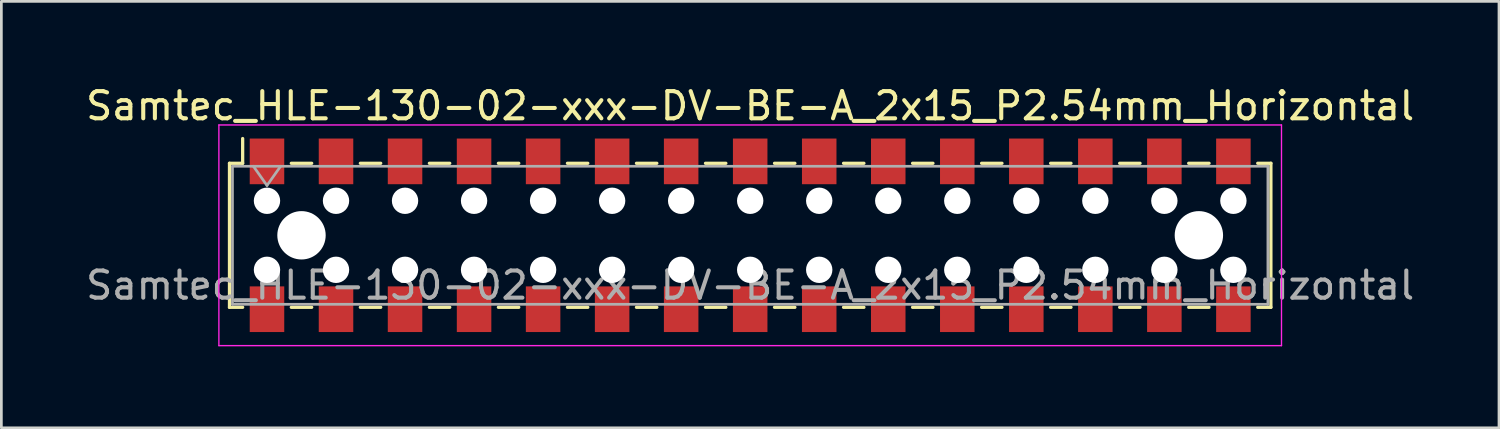
<source format=kicad_pcb>
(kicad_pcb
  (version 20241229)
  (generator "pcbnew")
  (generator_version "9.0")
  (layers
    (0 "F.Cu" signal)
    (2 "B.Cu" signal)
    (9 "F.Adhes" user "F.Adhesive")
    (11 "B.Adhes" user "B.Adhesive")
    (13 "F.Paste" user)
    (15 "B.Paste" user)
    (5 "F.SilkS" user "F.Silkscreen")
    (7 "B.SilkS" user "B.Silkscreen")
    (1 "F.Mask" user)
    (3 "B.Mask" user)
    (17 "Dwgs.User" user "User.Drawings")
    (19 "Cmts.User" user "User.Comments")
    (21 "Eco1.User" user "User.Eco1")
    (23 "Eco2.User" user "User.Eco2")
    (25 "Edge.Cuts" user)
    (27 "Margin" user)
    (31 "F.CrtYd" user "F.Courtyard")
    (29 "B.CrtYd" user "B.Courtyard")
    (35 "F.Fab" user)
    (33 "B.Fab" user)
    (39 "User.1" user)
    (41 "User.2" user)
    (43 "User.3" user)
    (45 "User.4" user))
  (footprint "Samtec_HLE-130-02-xxx-DV-BE-A_2x15_P2.54mm_Horizontal"
    (layer "F.Cu")
    (at 24.554 5.608)
    (property "Reference" "Samtec_HLE-130-02-xxx-DV-BE-A_2x15_P2.54mm_Horizontal" (at 0 -4.76 0) (layer "F.SilkS") (effects (font (size 1 1) (thickness 0.15))))
    (attr smd)
    (fp_line (start -19.16 -2.65) (end -19.16 2.65) (stroke (width 0.12) (type solid)) (layer "F.SilkS"))
    (fp_line (start -19.16 2.65) (end -18.675 2.65) (stroke (width 0.12) (type solid)) (layer "F.SilkS"))
    (fp_line (start -18.675 -3.56) (end -18.675 -2.65) (stroke (width 0.12) (type solid)) (layer "F.SilkS"))
    (fp_line (start -18.675 -2.65) (end -19.16 -2.65) (stroke (width 0.12) (type solid)) (layer "F.SilkS"))
    (fp_line (start -16.885 -2.65) (end -16.135 -2.65) (stroke (width 0.12) (type solid)) (layer "F.SilkS"))
    (fp_line (start -16.885 2.65) (end -16.135 2.65) (stroke (width 0.12) (type solid)) (layer "F.SilkS"))
    (fp_line (start -14.345 -2.65) (end -13.595 -2.65) (stroke (width 0.12) (type solid)) (layer "F.SilkS"))
    (fp_line (start -14.345 2.65) (end -13.595 2.65) (stroke (width 0.12) (type solid)) (layer "F.SilkS"))
    (fp_line (start -11.805 -2.65) (end -11.055 -2.65) (stroke (width 0.12) (type solid)) (layer "F.SilkS"))
    (fp_line (start -11.805 2.65) (end -11.055 2.65) (stroke (width 0.12) (type solid)) (layer "F.SilkS"))
    (fp_line (start -9.265 -2.65) (end -8.515 -2.65) (stroke (width 0.12) (type solid)) (layer "F.SilkS"))
    (fp_line (start -9.265 2.65) (end -8.515 2.65) (stroke (width 0.12) (type solid)) (layer "F.SilkS"))
    (fp_line (start -6.725 -2.65) (end -5.975 -2.65) (stroke (width 0.12) (type solid)) (layer "F.SilkS"))
    (fp_line (start -6.725 2.65) (end -5.975 2.65) (stroke (width 0.12) (type solid)) (layer "F.SilkS"))
    (fp_line (start -4.185 -2.65) (end -3.435 -2.65) (stroke (width 0.12) (type solid)) (layer "F.SilkS"))
    (fp_line (start -4.185 2.65) (end -3.435 2.65) (stroke (width 0.12) (type solid)) (layer "F.SilkS"))
    (fp_line (start -1.645 -2.65) (end -0.895 -2.65) (stroke (width 0.12) (type solid)) (layer "F.SilkS"))
    (fp_line (start -1.645 2.65) (end -0.895 2.65) (stroke (width 0.12) (type solid)) (layer "F.SilkS"))
    (fp_line (start 0.895 -2.65) (end 1.645 -2.65) (stroke (width 0.12) (type solid)) (layer "F.SilkS"))
    (fp_line (start 0.895 2.65) (end 1.645 2.65) (stroke (width 0.12) (type solid)) (layer "F.SilkS"))
    (fp_line (start 3.435 -2.65) (end 4.185 -2.65) (stroke (width 0.12) (type solid)) (layer "F.SilkS"))
    (fp_line (start 3.435 2.65) (end 4.185 2.65) (stroke (width 0.12) (type solid)) (layer "F.SilkS"))
    (fp_line (start 5.975 -2.65) (end 6.725 -2.65) (stroke (width 0.12) (type solid)) (layer "F.SilkS"))
    (fp_line (start 5.975 2.65) (end 6.725 2.65) (stroke (width 0.12) (type solid)) (layer "F.SilkS"))
    (fp_line (start 8.515 -2.65) (end 9.265 -2.65) (stroke (width 0.12) (type solid)) (layer "F.SilkS"))
    (fp_line (start 8.515 2.65) (end 9.265 2.65) (stroke (width 0.12) (type solid)) (layer "F.SilkS"))
    (fp_line (start 11.055 -2.65) (end 11.805 -2.65) (stroke (width 0.12) (type solid)) (layer "F.SilkS"))
    (fp_line (start 11.055 2.65) (end 11.805 2.65) (stroke (width 0.12) (type solid)) (layer "F.SilkS"))
    (fp_line (start 13.595 -2.65) (end 14.345 -2.65) (stroke (width 0.12) (type solid)) (layer "F.SilkS"))
    (fp_line (start 13.595 2.65) (end 14.345 2.65) (stroke (width 0.12) (type solid)) (layer "F.SilkS"))
    (fp_line (start 16.135 -2.65) (end 16.885 -2.65) (stroke (width 0.12) (type solid)) (layer "F.SilkS"))
    (fp_line (start 16.135 2.65) (end 16.885 2.65) (stroke (width 0.12) (type solid)) (layer "F.SilkS"))
    (fp_line (start 18.675 -2.65) (end 19.16 -2.65) (stroke (width 0.12) (type solid)) (layer "F.SilkS"))
    (fp_line (start 19.16 -2.65) (end 19.16 2.65) (stroke (width 0.12) (type solid)) (layer "F.SilkS"))
    (fp_line (start 19.16 2.65) (end 18.675 2.65) (stroke (width 0.12) (type solid)) (layer "F.SilkS"))
    (fp_line (start -19.55 -4.06) (end 19.55 -4.06) (stroke (width 0.05) (type solid)) (layer "F.CrtYd"))
    (fp_line (start -19.55 4.06) (end -19.55 -4.06) (stroke (width 0.05) (type solid)) (layer "F.CrtYd"))
    (fp_line (start 19.55 -4.06) (end 19.55 4.06) (stroke (width 0.05) (type solid)) (layer "F.CrtYd"))
    (fp_line (start 19.55 4.06) (end -19.55 4.06) (stroke (width 0.05) (type solid)) (layer "F.CrtYd"))
    (fp_line (start -19.05 -2.54) (end 19.05 -2.54) (stroke (width 0.1) (type solid)) (layer "F.Fab"))
    (fp_line (start -19.05 2.54) (end -19.05 -2.54) (stroke (width 0.1) (type solid)) (layer "F.Fab"))
    (fp_line (start -18.28 -2.54) (end -17.78 -1.833) (stroke (width 0.1) (type solid)) (layer "F.Fab"))
    (fp_line (start -17.78 -1.833) (end -17.28 -2.54) (stroke (width 0.1) (type solid)) (layer "F.Fab"))
    (fp_line (start 19.05 -2.54) (end 19.05 2.54) (stroke (width 0.1) (type solid)) (layer "F.Fab"))
    (fp_line (start 19.05 2.54) (end -19.05 2.54) (stroke (width 0.1) (type solid)) (layer "F.Fab"))
    (fp_text user "${REFERENCE}" (at 0 1.84 0) (layer "F.Fab") (effects (font (size 1 1) (thickness 0.15))))
    (pad "" np_thru_hole circle (at -17.78 -1.27) (size 0.97 0.97) (drill 0.97) (layers "*.Cu" "*.Mask"))
    (pad "" np_thru_hole circle (at -17.78 1.27) (size 0.97 0.97) (drill 0.97) (layers "*.Cu" "*.Mask"))
    (pad "" np_thru_hole circle (at -16.51 0) (size 1.78 1.78) (drill 1.78) (layers "*.Cu" "*.Mask"))
    (pad "" np_thru_hole circle (at -15.24 -1.27) (size 0.97 0.97) (drill 0.97) (layers "*.Cu" "*.Mask"))
    (pad "" np_thru_hole circle (at -15.24 1.27) (size 0.97 0.97) (drill 0.97) (layers "*.Cu" "*.Mask"))
    (pad "" np_thru_hole circle (at -12.7 -1.27) (size 0.97 0.97) (drill 0.97) (layers "*.Cu" "*.Mask"))
    (pad "" np_thru_hole circle (at -12.7 1.27) (size 0.97 0.97) (drill 0.97) (layers "*.Cu" "*.Mask"))
    (pad "" np_thru_hole circle (at -10.16 -1.27) (size 0.97 0.97) (drill 0.97) (layers "*.Cu" "*.Mask"))
    (pad "" np_thru_hole circle (at -10.16 1.27) (size 0.97 0.97) (drill 0.97) (layers "*.Cu" "*.Mask"))
    (pad "" np_thru_hole circle (at -7.62 -1.27) (size 0.97 0.97) (drill 0.97) (layers "*.Cu" "*.Mask"))
    (pad "" np_thru_hole circle (at -7.62 1.27) (size 0.97 0.97) (drill 0.97) (layers "*.Cu" "*.Mask"))
    (pad "" np_thru_hole circle (at -5.08 -1.27) (size 0.97 0.97) (drill 0.97) (layers "*.Cu" "*.Mask"))
    (pad "" np_thru_hole circle (at -5.08 1.27) (size 0.97 0.97) (drill 0.97) (layers "*.Cu" "*.Mask"))
    (pad "" np_thru_hole circle (at -2.54 -1.27) (size 0.97 0.97) (drill 0.97) (layers "*.Cu" "*.Mask"))
    (pad "" np_thru_hole circle (at -2.54 1.27) (size 0.97 0.97) (drill 0.97) (layers "*.Cu" "*.Mask"))
    (pad "" np_thru_hole circle (at 0 -1.27) (size 0.97 0.97) (drill 0.97) (layers "*.Cu" "*.Mask"))
    (pad "" np_thru_hole circle (at 0 1.27) (size 0.97 0.97) (drill 0.97) (layers "*.Cu" "*.Mask"))
    (pad "" np_thru_hole circle (at 2.54 -1.27) (size 0.97 0.97) (drill 0.97) (layers "*.Cu" "*.Mask"))
    (pad "" np_thru_hole circle (at 2.54 1.27) (size 0.97 0.97) (drill 0.97) (layers "*.Cu" "*.Mask"))
    (pad "" np_thru_hole circle (at 5.08 -1.27) (size 0.97 0.97) (drill 0.97) (layers "*.Cu" "*.Mask"))
    (pad "" np_thru_hole circle (at 5.08 1.27) (size 0.97 0.97) (drill 0.97) (layers "*.Cu" "*.Mask"))
    (pad "" np_thru_hole circle (at 7.62 -1.27) (size 0.97 0.97) (drill 0.97) (layers "*.Cu" "*.Mask"))
    (pad "" np_thru_hole circle (at 7.62 1.27) (size 0.97 0.97) (drill 0.97) (layers "*.Cu" "*.Mask"))
    (pad "" np_thru_hole circle (at 10.16 -1.27) (size 0.97 0.97) (drill 0.97) (layers "*.Cu" "*.Mask"))
    (pad "" np_thru_hole circle (at 10.16 1.27) (size 0.97 0.97) (drill 0.97) (layers "*.Cu" "*.Mask"))
    (pad "" np_thru_hole circle (at 12.7 -1.27) (size 0.97 0.97) (drill 0.97) (layers "*.Cu" "*.Mask"))
    (pad "" np_thru_hole circle (at 12.7 1.27) (size 0.97 0.97) (drill 0.97) (layers "*.Cu" "*.Mask"))
    (pad "" np_thru_hole circle (at 15.24 -1.27) (size 0.97 0.97) (drill 0.97) (layers "*.Cu" "*.Mask"))
    (pad "" np_thru_hole circle (at 15.24 1.27) (size 0.97 0.97) (drill 0.97) (layers "*.Cu" "*.Mask"))
    (pad "" np_thru_hole circle (at 16.51 0) (size 1.78 1.78) (drill 1.78) (layers "*.Cu" "*.Mask"))
    (pad "" np_thru_hole circle (at 17.78 -1.27) (size 0.97 0.97) (drill 0.97) (layers "*.Cu" "*.Mask"))
    (pad "" np_thru_hole circle (at 17.78 1.27) (size 0.97 0.97) (drill 0.97) (layers "*.Cu" "*.Mask"))
    (pad "1" smd rect (at -17.78 -2.72) (size 1.27 1.68) (layers "F.Cu" "F.Mask" "F.Paste"))
    (pad "2" smd rect (at -17.78 2.72) (size 1.27 1.68) (layers "F.Cu" "F.Mask" "F.Paste"))
    (pad "3" smd rect (at -15.24 -2.72) (size 1.27 1.68) (layers "F.Cu" "F.Mask" "F.Paste"))
    (pad "4" smd rect (at -15.24 2.72) (size 1.27 1.68) (layers "F.Cu" "F.Mask" "F.Paste"))
    (pad "5" smd rect (at -12.7 -2.72) (size 1.27 1.68) (layers "F.Cu" "F.Mask" "F.Paste"))
    (pad "6" smd rect (at -12.7 2.72) (size 1.27 1.68) (layers "F.Cu" "F.Mask" "F.Paste"))
    (pad "7" smd rect (at -10.16 -2.72) (size 1.27 1.68) (layers "F.Cu" "F.Mask" "F.Paste"))
    (pad "8" smd rect (at -10.16 2.72) (size 1.27 1.68) (layers "F.Cu" "F.Mask" "F.Paste"))
    (pad "9" smd rect (at -7.62 -2.72) (size 1.27 1.68) (layers "F.Cu" "F.Mask" "F.Paste"))
    (pad "10" smd rect (at -7.62 2.72) (size 1.27 1.68) (layers "F.Cu" "F.Mask" "F.Paste"))
    (pad "11" smd rect (at -5.08 -2.72) (size 1.27 1.68) (layers "F.Cu" "F.Mask" "F.Paste"))
    (pad "12" smd rect (at -5.08 2.72) (size 1.27 1.68) (layers "F.Cu" "F.Mask" "F.Paste"))
    (pad "13" smd rect (at -2.54 -2.72) (size 1.27 1.68) (layers "F.Cu" "F.Mask" "F.Paste"))
    (pad "14" smd rect (at -2.54 2.72) (size 1.27 1.68) (layers "F.Cu" "F.Mask" "F.Paste"))
    (pad "15" smd rect (at 0 -2.72) (size 1.27 1.68) (layers "F.Cu" "F.Mask" "F.Paste"))
    (pad "16" smd rect (at 0 2.72) (size 1.27 1.68) (layers "F.Cu" "F.Mask" "F.Paste"))
    (pad "17" smd rect (at 2.54 -2.72) (size 1.27 1.68) (layers "F.Cu" "F.Mask" "F.Paste"))
    (pad "18" smd rect (at 2.54 2.72) (size 1.27 1.68) (layers "F.Cu" "F.Mask" "F.Paste"))
    (pad "19" smd rect (at 5.08 -2.72) (size 1.27 1.68) (layers "F.Cu" "F.Mask" "F.Paste"))
    (pad "20" smd rect (at 5.08 2.72) (size 1.27 1.68) (layers "F.Cu" "F.Mask" "F.Paste"))
    (pad "21" smd rect (at 7.62 -2.72) (size 1.27 1.68) (layers "F.Cu" "F.Mask" "F.Paste"))
    (pad "22" smd rect (at 7.62 2.72) (size 1.27 1.68) (layers "F.Cu" "F.Mask" "F.Paste"))
    (pad "23" smd rect (at 10.16 -2.72) (size 1.27 1.68) (layers "F.Cu" "F.Mask" "F.Paste"))
    (pad "24" smd rect (at 10.16 2.72) (size 1.27 1.68) (layers "F.Cu" "F.Mask" "F.Paste"))
    (pad "25" smd rect (at 12.7 -2.72) (size 1.27 1.68) (layers "F.Cu" "F.Mask" "F.Paste"))
    (pad "26" smd rect (at 12.7 2.72) (size 1.27 1.68) (layers "F.Cu" "F.Mask" "F.Paste"))
    (pad "27" smd rect (at 15.24 -2.72) (size 1.27 1.68) (layers "F.Cu" "F.Mask" "F.Paste"))
    (pad "28" smd rect (at 15.24 2.72) (size 1.27 1.68) (layers "F.Cu" "F.Mask" "F.Paste"))
    (pad "29" smd rect (at 17.78 -2.72) (size 1.27 1.68) (layers "F.Cu" "F.Mask" "F.Paste"))
    (pad "30" smd rect (at 17.78 2.72) (size 1.27 1.68) (layers "F.Cu" "F.Mask" "F.Paste")))
  (gr_rect
    (start -3 -3)
    (end 52.107 12.693)
    (stroke (width 0.1) (type default))
    (fill no)
    (layer "Edge.Cuts")))
</source>
